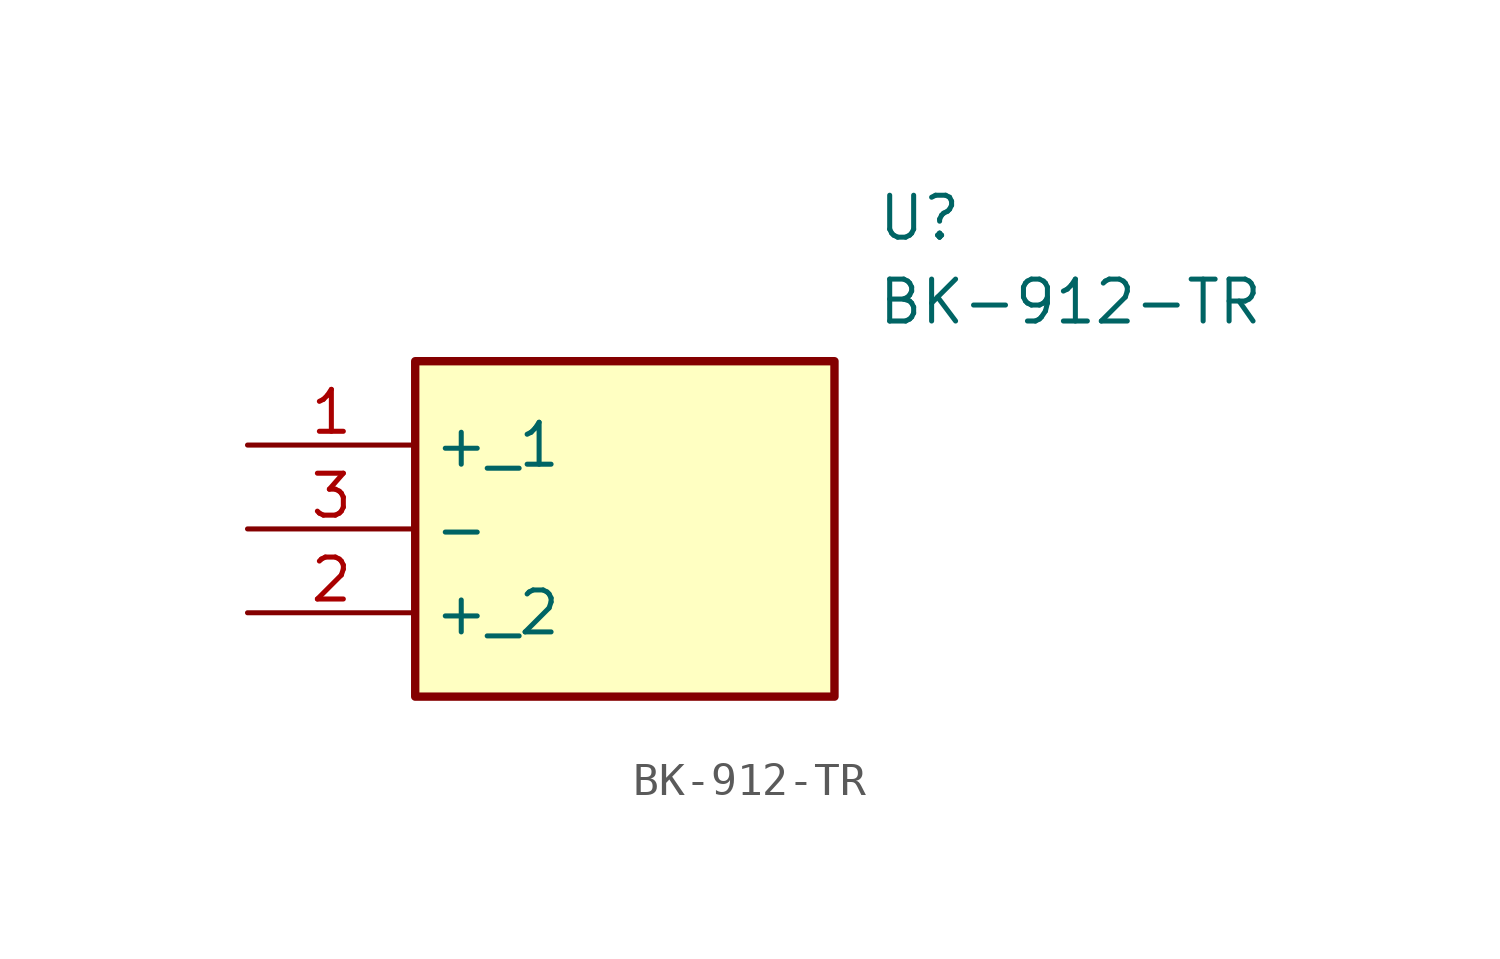
<source format=kicad_sym>
(kicad_symbol_lib
  (version 20211014)
  (generator SamacSys_ECAD_Model)
  (symbol "BK-912-TR"
    (property "Reference" "U"
      (at 19.05 7.62 0)
      (effects (font (size 1.27 1.27)) (justify left top)))
    (property "Value" "BK-912-TR"
      (at 19.05 5.08 0)
      (effects (font (size 1.27 1.27)) (justify left top)))
    (rectangle
      (start 5.08 2.54)
      (end 17.78 -7.62)
      (stroke (width 0.254) (type default))
      (fill (type background)))
    (pin passive line
      (at 0 0 0)
      (length 5.08)
      (name "+_1" (effects (font (size 1.27 1.27))))
      (number "1" (effects (font (size 1.27 1.27)))))
    (pin passive line
      (at 0 -5.08 0)
      (length 5.08)
      (name "+_2" (effects (font (size 1.27 1.27))))
      (number "2" (effects (font (size 1.27 1.27)))))
    (pin passive line
      (at 0 -2.54 0)
      (length 5.08)
      (name "-" (effects (font (size 1.27 1.27))))
      (number "3" (effects (font (size 1.27 1.27)))))))
</source>
